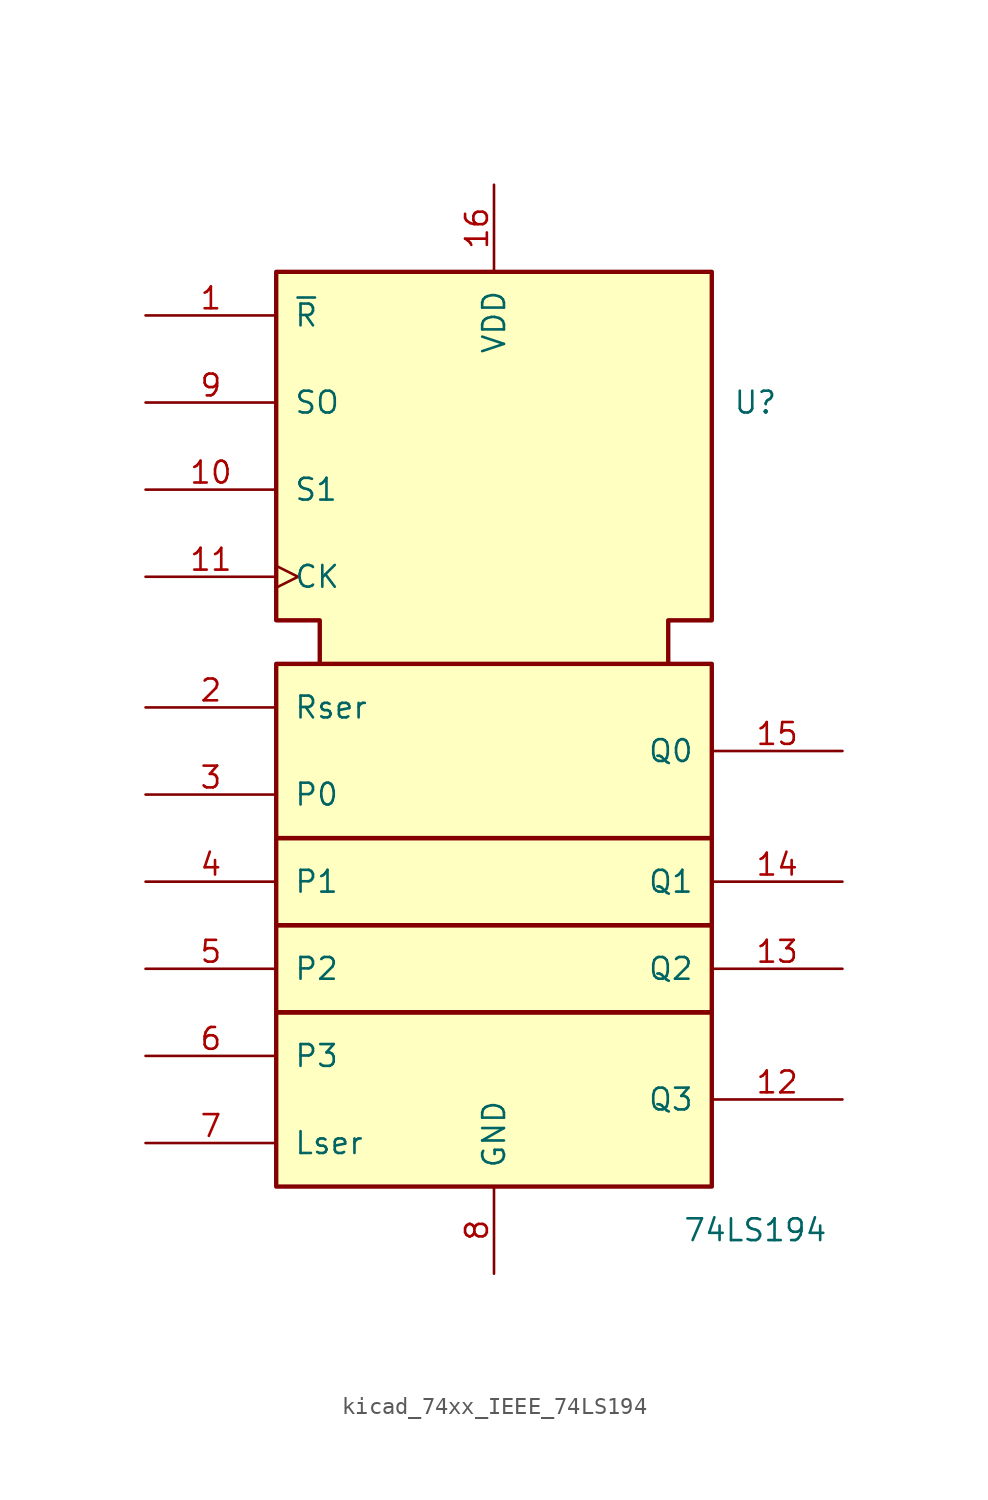
<source format=kicad_sym>
(kicad_symbol_lib
  (version 20220914)
  (generator kicad_symbol_editor)
  (symbol "kicad_74xx_IEEE_74LS194"
    (pin_names
      (offset 1.016))
    (property "Reference" "U"
      (at 15.24 17.78 0)
      (effects (font (size 1.27 1.27))))
    (property "Value" "74LS194"
      (at 15.24 -30.48 0)
      (effects (font (size 1.27 1.27))))
    (symbol "kicad_74xx_IEEE_74LS194_0_0"
      (rectangle (start -12.7 -17.78) (end 12.7 -27.94) (stroke (width 0.254) (type default)) (fill (type background)))
      (polyline (pts (xy -10.16 2.54) (xy -10.16 5.08) (xy -12.7 5.08) (xy -12.7 25.4) (xy 12.7 25.4) (xy 12.7 5.08) (xy 10.16 5.08) (xy 10.16 2.54) (xy 10.16 2.54)) (stroke (width 0.254) (type default)) (fill (type background)))
      (pin power_in line (at -20.32 -25.4 0) (length 7.62) (name "Lser" (effects (font (size 1.27 1.27)))) (number "7" (effects (font (size 1.27 1.27)))))
      (pin power_in line (at 0 -33.02 90) (length 5.08) (name "GND" (effects (font (size 1.27 1.27)))) (number "8" (effects (font (size 1.27 1.27))))))
    (symbol "kicad_74xx_IEEE_74LS194_0_1"
      (rectangle (start -12.7 -12.7) (end 12.7 -17.78) (stroke (width 0.254) (type default)) (fill (type background)))
      (rectangle (start -12.7 -7.62) (end 12.7 -12.7) (stroke (width 0.254) (type default)) (fill (type background)))
      (rectangle (start -12.7 2.54) (end 12.7 -7.62) (stroke (width 0.254) (type default)) (fill (type background)))
      (pin power_in line (at 0 30.48 270) (length 5.08) (name "VDD" (effects (font (size 1.27 1.27)))) (number "16" (effects (font (size 1.27 1.27))))))
    (symbol "kicad_74xx_IEEE_74LS194_1_1"
      (pin input line (at -20.32 22.86 0) (length 7.62) (name "~{R}" (effects (font (size 1.27 1.27)))) (number "1" (effects (font (size 1.27 1.27)))))
      (pin input line (at -20.32 12.7 0) (length 7.62) (name "S1" (effects (font (size 1.27 1.27)))) (number "10" (effects (font (size 1.27 1.27)))))
      (pin input clock (at -20.32 7.62 0) (length 7.62) (name "CK" (effects (font (size 1.27 1.27)))) (number "11" (effects (font (size 1.27 1.27)))))
      (pin output line (at 20.32 -22.86 180) (length 7.62) (name "Q3" (effects (font (size 1.27 1.27)))) (number "12" (effects (font (size 1.27 1.27)))))
      (pin output line (at 20.32 -15.24 180) (length 7.62) (name "Q2" (effects (font (size 1.27 1.27)))) (number "13" (effects (font (size 1.27 1.27)))))
      (pin output line (at 20.32 -10.16 180) (length 7.62) (name "Q1" (effects (font (size 1.27 1.27)))) (number "14" (effects (font (size 1.27 1.27)))))
      (pin output line (at 20.32 -2.54 180) (length 7.62) (name "Q0" (effects (font (size 1.27 1.27)))) (number "15" (effects (font (size 1.27 1.27)))))
      (pin input line (at -20.32 0 0) (length 7.62) (name "Rser" (effects (font (size 1.27 1.27)))) (number "2" (effects (font (size 1.27 1.27)))))
      (pin input line (at -20.32 -5.08 0) (length 7.62) (name "P0" (effects (font (size 1.27 1.27)))) (number "3" (effects (font (size 1.27 1.27)))))
      (pin input line (at -20.32 -10.16 0) (length 7.62) (name "P1" (effects (font (size 1.27 1.27)))) (number "4" (effects (font (size 1.27 1.27)))))
      (pin input line (at -20.32 -15.24 0) (length 7.62) (name "P2" (effects (font (size 1.27 1.27)))) (number "5" (effects (font (size 1.27 1.27)))))
      (pin input line (at -20.32 -20.32 0) (length 7.62) (name "P3" (effects (font (size 1.27 1.27)))) (number "6" (effects (font (size 1.27 1.27)))))
      (pin input line (at -20.32 17.78 0) (length 7.62) (name "SO" (effects (font (size 1.27 1.27)))) (number "9" (effects (font (size 1.27 1.27))))))))
</source>
